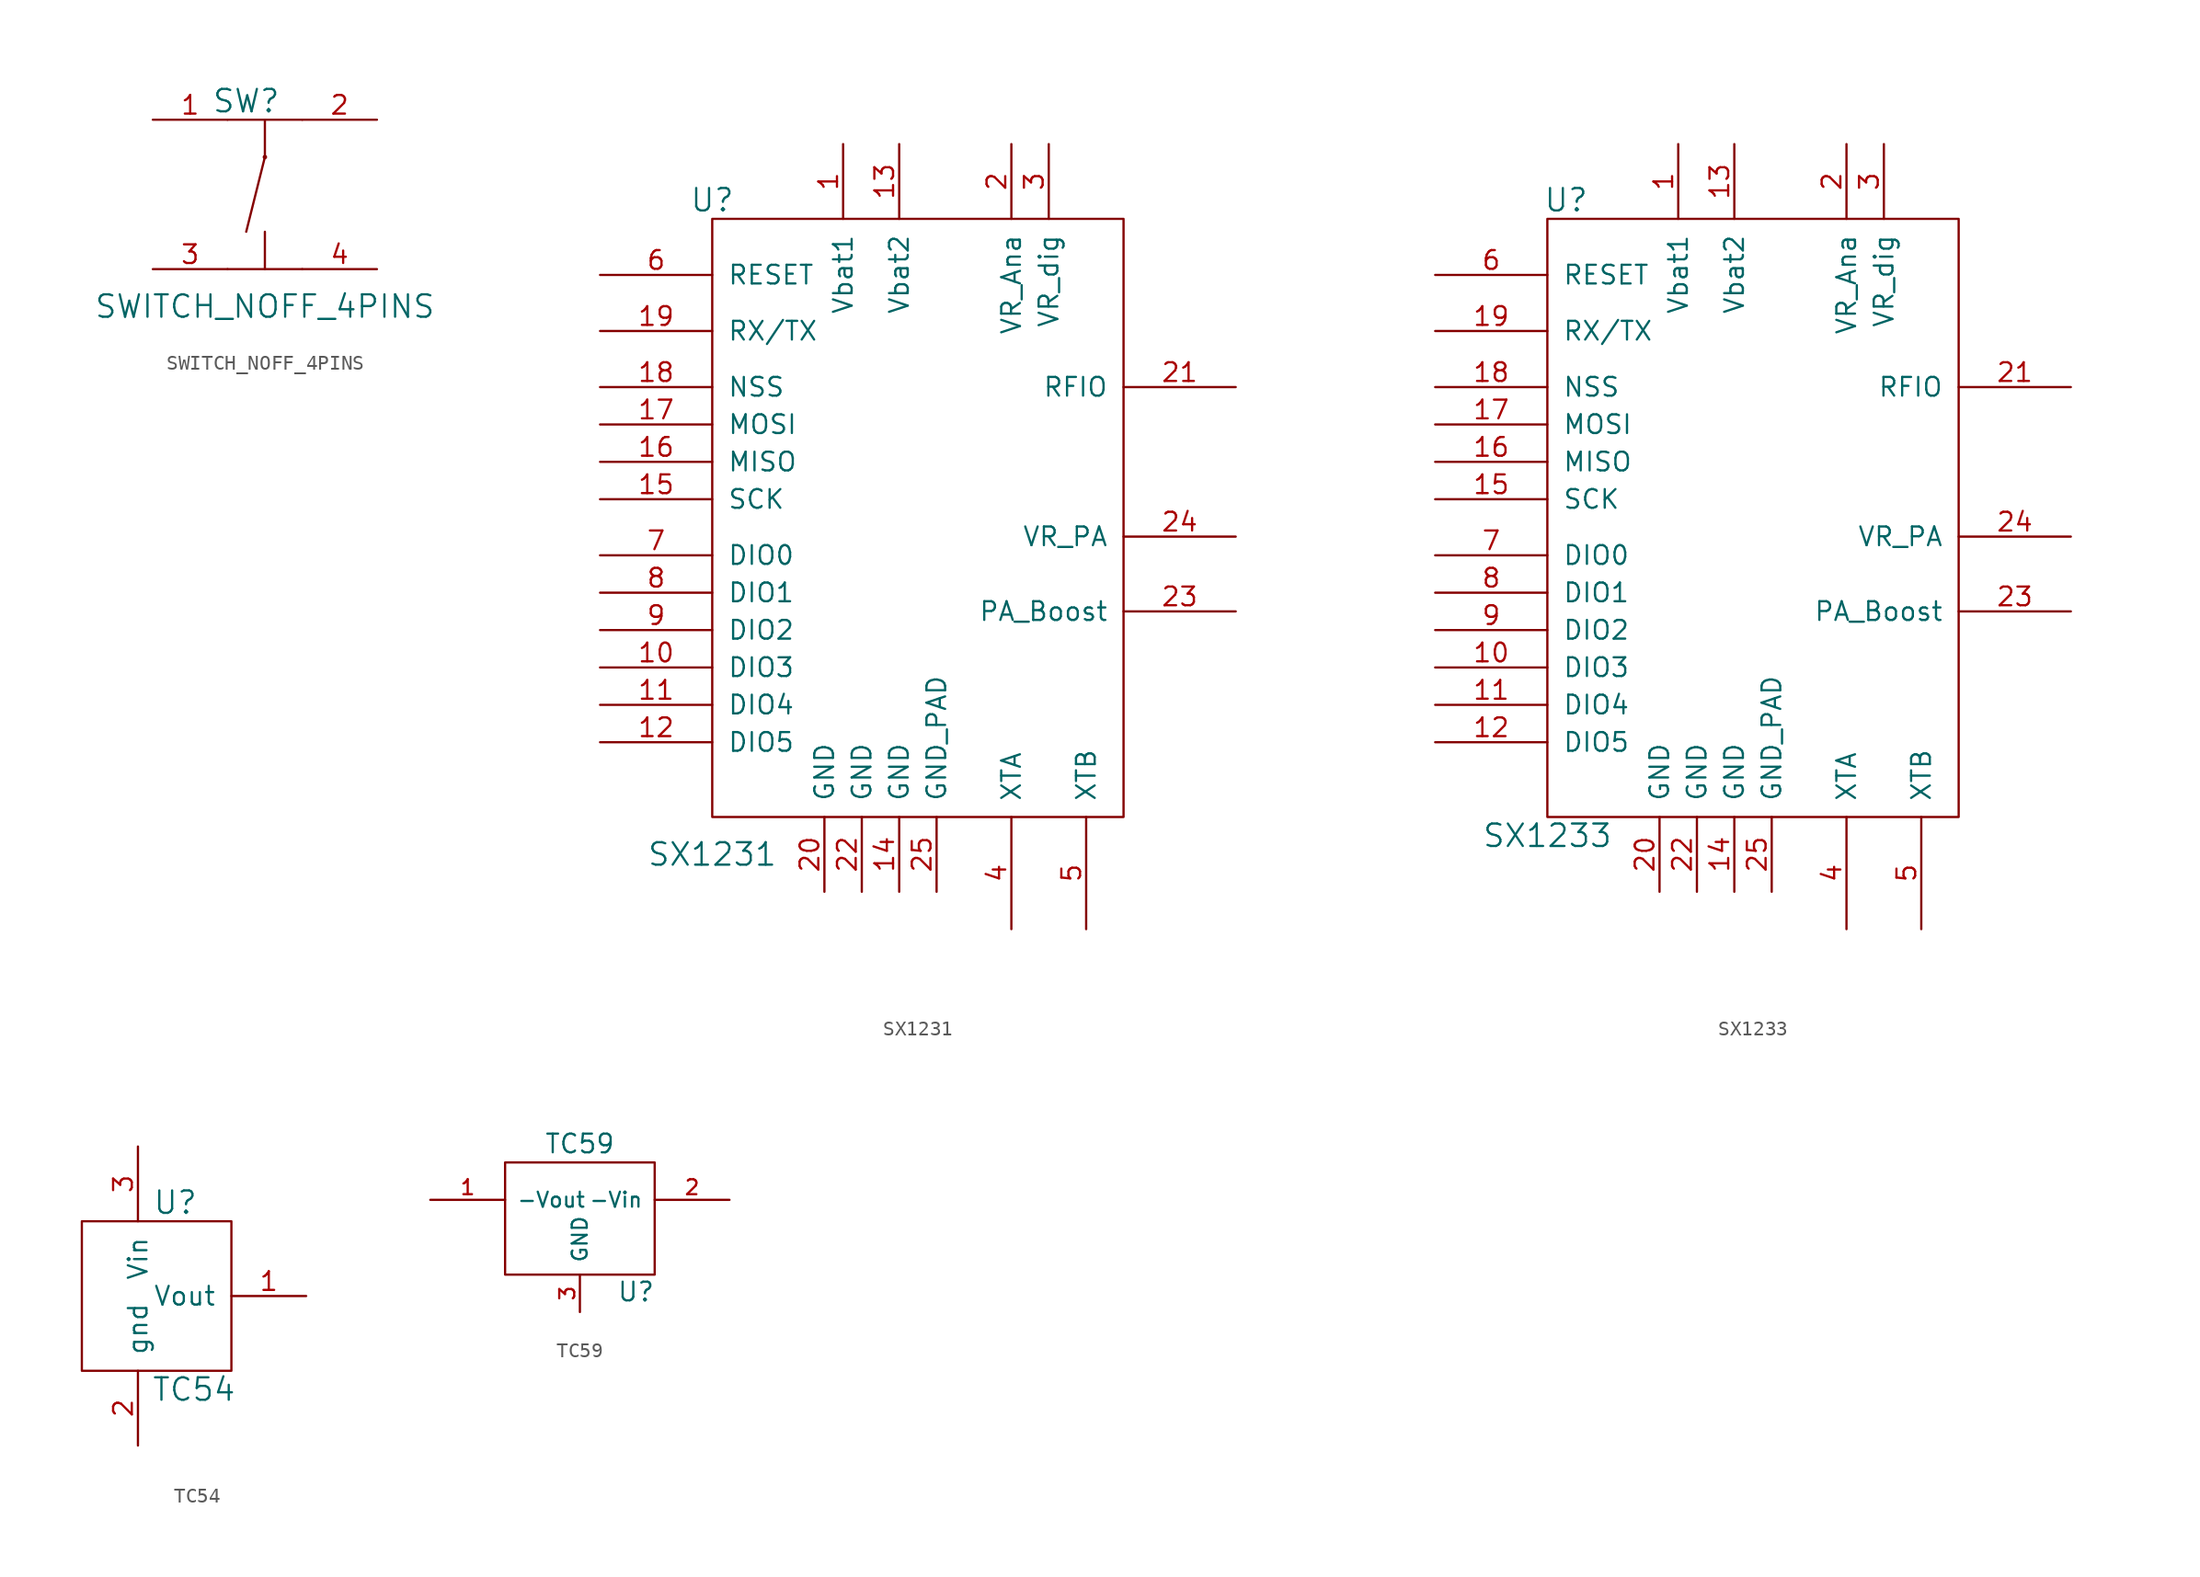
<source format=kicad_sym>
(kicad_symbol_lib
  (version 20211014)
  (generator kicad_symbol_editor)
  (symbol "SWITCH_NOFF_4PINS"
    (pin_names
      (offset 1.016))
    (property "Reference" "SW"
      (at -1.27 6.35 0)
      (effects (font (size 1.524 1.524))))
    (property "Value" "SWITCH_NOFF_4PINS"
      (at 0 -7.62 0)
      (effects (font (size 1.524 1.524))))
    (property "Footprint" ""
      (at 0 0 0)
      (effects (font (size 1.524 1.524))))
    (property "Datasheet" ""
      (at 0 0 0)
      (effects (font (size 1.524 1.524))))
    (symbol "SWITCH_NOFF_4PINS_0_1"
      (polyline (pts (xy -2.54 -5.08) (xy 2.54 -5.08)) (stroke (width 0) (type default) (color 0 0 0 0)) (fill (type none)))
      (polyline (pts (xy -2.54 5.08) (xy 2.54 5.08)) (stroke (width 0) (type default) (color 0 0 0 0)) (fill (type none)))
      (polyline (pts (xy 0 -2.54) (xy 0 -5.08)) (stroke (width 0) (type default) (color 0 0 0 0)) (fill (type none)))
      (polyline (pts (xy 0 2.54) (xy -1.27 -2.54)) (stroke (width 0) (type default) (color 0 0 0 0)) (fill (type none)))
      (polyline (pts (xy 0 2.54) (xy 0 5.08)) (stroke (width 0) (type default) (color 0 0 0 0)) (fill (type none)))
      (circle (center 0 2.54) (radius 0.0001) (stroke (width 0) (type default) (color 0 0 0 0)) (fill (type none))))
    (symbol "SWITCH_NOFF_4PINS_1_1"
      (pin input line (at -7.62 5.08 0) (length 5.08) (name "~" (effects (font (size 1.27 1.27)))) (number "1" (effects (font (size 1.27 1.27)))))
      (pin input line (at 7.62 5.08 180) (length 5.08) (name "~" (effects (font (size 1.27 1.27)))) (number "2" (effects (font (size 1.27 1.27)))))
      (pin input line (at -7.62 -5.08 0) (length 5.08) (name "~" (effects (font (size 1.27 1.27)))) (number "3" (effects (font (size 1.27 1.27)))))
      (pin input line (at 7.62 -5.08 180) (length 5.08) (name "~" (effects (font (size 1.27 1.27)))) (number "4" (effects (font (size 1.27 1.27)))))))
  (symbol "SX1231"
    (pin_names
      (offset 1.016))
    (property "Reference" "U"
      (at -13.97 21.59 0)
      (effects (font (size 1.524 1.524))))
    (property "Value" "SX1231"
      (at -13.97 -22.86 0)
      (effects (font (size 1.524 1.524))))
    (property "Footprint" ""
      (at 2.54 1.27 0)
      (effects (font (size 1.524 1.524))))
    (property "Datasheet" ""
      (at 2.54 1.27 0)
      (effects (font (size 1.524 1.524))))
    (symbol "SX1231_0_1"
      (rectangle (start 13.97 20.32) (end -13.97 -20.32) (stroke (width 0) (type default) (color 0 0 0 0)) (fill (type none))))
    (symbol "SX1231_1_1"
      (pin power_in line (at -5.08 25.4 270) (length 5.08) (name "Vbat1" (effects (font (size 1.27 1.27)))) (number "1" (effects (font (size 1.27 1.27)))))
      (pin bidirectional line (at -21.59 -10.16 0) (length 7.62) (name "DIO3" (effects (font (size 1.27 1.27)))) (number "10" (effects (font (size 1.27 1.27)))))
      (pin bidirectional line (at -21.59 -12.7 0) (length 7.62) (name "DIO4" (effects (font (size 1.27 1.27)))) (number "11" (effects (font (size 1.27 1.27)))))
      (pin bidirectional line (at -21.59 -15.24 0) (length 7.62) (name "DIO5" (effects (font (size 1.27 1.27)))) (number "12" (effects (font (size 1.27 1.27)))))
      (pin power_in line (at -1.27 25.4 270) (length 5.08) (name "Vbat2" (effects (font (size 1.27 1.27)))) (number "13" (effects (font (size 1.27 1.27)))))
      (pin power_out line (at -1.27 -25.4 90) (length 5.08) (name "GND" (effects (font (size 1.27 1.27)))) (number "14" (effects (font (size 1.27 1.27)))))
      (pin output line (at -21.59 1.27 0) (length 7.62) (name "SCK" (effects (font (size 1.27 1.27)))) (number "15" (effects (font (size 1.27 1.27)))))
      (pin output line (at -21.59 3.81 0) (length 7.62) (name "MISO" (effects (font (size 1.27 1.27)))) (number "16" (effects (font (size 1.27 1.27)))))
      (pin input line (at -21.59 6.35 0) (length 7.62) (name "MOSI" (effects (font (size 1.27 1.27)))) (number "17" (effects (font (size 1.27 1.27)))))
      (pin input line (at -21.59 8.89 0) (length 7.62) (name "NSS" (effects (font (size 1.27 1.27)))) (number "18" (effects (font (size 1.27 1.27)))))
      (pin input line (at -21.59 12.7 0) (length 7.62) (name "RX/TX" (effects (font (size 1.27 1.27)))) (number "19" (effects (font (size 1.27 1.27)))))
      (pin power_in line (at 6.35 25.4 270) (length 5.08) (name "VR_Ana" (effects (font (size 1.27 1.27)))) (number "2" (effects (font (size 1.27 1.27)))))
      (pin power_out line (at -6.35 -25.4 90) (length 5.08) (name "GND" (effects (font (size 1.27 1.27)))) (number "20" (effects (font (size 1.27 1.27)))))
      (pin bidirectional line (at 21.59 8.89 180) (length 7.62) (name "RFIO" (effects (font (size 1.27 1.27)))) (number "21" (effects (font (size 1.27 1.27)))))
      (pin power_out line (at -3.81 -25.4 90) (length 5.08) (name "GND" (effects (font (size 1.27 1.27)))) (number "22" (effects (font (size 1.27 1.27)))))
      (pin output line (at 21.59 -6.35 180) (length 7.62) (name "PA_Boost" (effects (font (size 1.27 1.27)))) (number "23" (effects (font (size 1.27 1.27)))))
      (pin input line (at 21.59 -1.27 180) (length 7.62) (name "VR_PA" (effects (font (size 1.27 1.27)))) (number "24" (effects (font (size 1.27 1.27)))))
      (pin power_out line (at 1.27 -25.4 90) (length 5.08) (name "GND_PAD" (effects (font (size 1.27 1.27)))) (number "25" (effects (font (size 1.27 1.27)))))
      (pin power_in line (at 8.89 25.4 270) (length 5.08) (name "VR_dig" (effects (font (size 1.27 1.27)))) (number "3" (effects (font (size 1.27 1.27)))))
      (pin input line (at 6.35 -27.94 90) (length 7.62) (name "XTA" (effects (font (size 1.27 1.27)))) (number "4" (effects (font (size 1.27 1.27)))))
      (pin input line (at 11.43 -27.94 90) (length 7.62) (name "XTB" (effects (font (size 1.27 1.27)))) (number "5" (effects (font (size 1.27 1.27)))))
      (pin bidirectional line (at -21.59 16.51 0) (length 7.62) (name "RESET" (effects (font (size 1.27 1.27)))) (number "6" (effects (font (size 1.27 1.27)))))
      (pin bidirectional line (at -21.59 -2.54 0) (length 7.62) (name "DIO0" (effects (font (size 1.27 1.27)))) (number "7" (effects (font (size 1.27 1.27)))))
      (pin bidirectional line (at -21.59 -5.08 0) (length 7.62) (name "DIO1" (effects (font (size 1.27 1.27)))) (number "8" (effects (font (size 1.27 1.27)))))
      (pin bidirectional line (at -21.59 -7.62 0) (length 7.62) (name "DIO2" (effects (font (size 1.27 1.27)))) (number "9" (effects (font (size 1.27 1.27)))))))
  (symbol "SX1233"
    (pin_names
      (offset 1.016))
    (property "Reference" "U"
      (at -12.7 21.59 0)
      (effects (font (size 1.524 1.524))))
    (property "Value" "SX1233"
      (at -13.97 -21.59 0)
      (effects (font (size 1.524 1.524))))
    (property "Footprint" ""
      (at 0 0 0)
      (effects (font (size 1.524 1.524))))
    (property "Datasheet" ""
      (at 0 0 0)
      (effects (font (size 1.524 1.524))))
    (symbol "SX1233_0_1"
      (rectangle (start 13.97 20.32) (end -13.97 -20.32) (stroke (width 0) (type default) (color 0 0 0 0)) (fill (type none))))
    (symbol "SX1233_1_1"
      (pin power_in line (at -5.08 25.4 270) (length 5.08) (name "Vbat1" (effects (font (size 1.27 1.27)))) (number "1" (effects (font (size 1.27 1.27)))))
      (pin bidirectional line (at -21.59 -10.16 0) (length 7.62) (name "DIO3" (effects (font (size 1.27 1.27)))) (number "10" (effects (font (size 1.27 1.27)))))
      (pin bidirectional line (at -21.59 -12.7 0) (length 7.62) (name "DIO4" (effects (font (size 1.27 1.27)))) (number "11" (effects (font (size 1.27 1.27)))))
      (pin bidirectional line (at -21.59 -15.24 0) (length 7.62) (name "DIO5" (effects (font (size 1.27 1.27)))) (number "12" (effects (font (size 1.27 1.27)))))
      (pin power_in line (at -1.27 25.4 270) (length 5.08) (name "Vbat2" (effects (font (size 1.27 1.27)))) (number "13" (effects (font (size 1.27 1.27)))))
      (pin power_out line (at -1.27 -25.4 90) (length 5.08) (name "GND" (effects (font (size 1.27 1.27)))) (number "14" (effects (font (size 1.27 1.27)))))
      (pin output line (at -21.59 1.27 0) (length 7.62) (name "SCK" (effects (font (size 1.27 1.27)))) (number "15" (effects (font (size 1.27 1.27)))))
      (pin output line (at -21.59 3.81 0) (length 7.62) (name "MISO" (effects (font (size 1.27 1.27)))) (number "16" (effects (font (size 1.27 1.27)))))
      (pin input line (at -21.59 6.35 0) (length 7.62) (name "MOSI" (effects (font (size 1.27 1.27)))) (number "17" (effects (font (size 1.27 1.27)))))
      (pin input line (at -21.59 8.89 0) (length 7.62) (name "NSS" (effects (font (size 1.27 1.27)))) (number "18" (effects (font (size 1.27 1.27)))))
      (pin input line (at -21.59 12.7 0) (length 7.62) (name "RX/TX" (effects (font (size 1.27 1.27)))) (number "19" (effects (font (size 1.27 1.27)))))
      (pin power_in line (at 6.35 25.4 270) (length 5.08) (name "VR_Ana" (effects (font (size 1.27 1.27)))) (number "2" (effects (font (size 1.27 1.27)))))
      (pin power_out line (at -6.35 -25.4 90) (length 5.08) (name "GND" (effects (font (size 1.27 1.27)))) (number "20" (effects (font (size 1.27 1.27)))))
      (pin bidirectional line (at 21.59 8.89 180) (length 7.62) (name "RFIO" (effects (font (size 1.27 1.27)))) (number "21" (effects (font (size 1.27 1.27)))))
      (pin power_out line (at -3.81 -25.4 90) (length 5.08) (name "GND" (effects (font (size 1.27 1.27)))) (number "22" (effects (font (size 1.27 1.27)))))
      (pin output line (at 21.59 -6.35 180) (length 7.62) (name "PA_Boost" (effects (font (size 1.27 1.27)))) (number "23" (effects (font (size 1.27 1.27)))))
      (pin input line (at 21.59 -1.27 180) (length 7.62) (name "VR_PA" (effects (font (size 1.27 1.27)))) (number "24" (effects (font (size 1.27 1.27)))))
      (pin power_out line (at 1.27 -25.4 90) (length 5.08) (name "GND_PAD" (effects (font (size 1.27 1.27)))) (number "25" (effects (font (size 1.27 1.27)))))
      (pin power_in line (at 8.89 25.4 270) (length 5.08) (name "VR_dig" (effects (font (size 1.27 1.27)))) (number "3" (effects (font (size 1.27 1.27)))))
      (pin input line (at 6.35 -27.94 90) (length 7.62) (name "XTA" (effects (font (size 1.27 1.27)))) (number "4" (effects (font (size 1.27 1.27)))))
      (pin input line (at 11.43 -27.94 90) (length 7.62) (name "XTB" (effects (font (size 1.27 1.27)))) (number "5" (effects (font (size 1.27 1.27)))))
      (pin bidirectional line (at -21.59 16.51 0) (length 7.62) (name "RESET" (effects (font (size 1.27 1.27)))) (number "6" (effects (font (size 1.27 1.27)))))
      (pin bidirectional line (at -21.59 -2.54 0) (length 7.62) (name "DIO0" (effects (font (size 1.27 1.27)))) (number "7" (effects (font (size 1.27 1.27)))))
      (pin bidirectional line (at -21.59 -5.08 0) (length 7.62) (name "DIO1" (effects (font (size 1.27 1.27)))) (number "8" (effects (font (size 1.27 1.27)))))
      (pin bidirectional line (at -21.59 -7.62 0) (length 7.62) (name "DIO2" (effects (font (size 1.27 1.27)))) (number "9" (effects (font (size 1.27 1.27)))))))
  (symbol "TC54"
    (pin_names
      (offset 1.016))
    (property "Reference" "U"
      (at 0 6.35 0)
      (effects (font (size 1.524 1.524))))
    (property "Value" "TC54"
      (at 1.27 -6.35 0)
      (effects (font (size 1.524 1.524))))
    (property "Footprint" ""
      (at 0 0 0)
      (effects (font (size 1.524 1.524))))
    (property "Datasheet" ""
      (at 0 0 0)
      (effects (font (size 1.524 1.524))))
    (symbol "TC54_0_1"
      (rectangle (start 3.81 5.08) (end -6.35 -5.08) (stroke (width 0) (type default) (color 0 0 0 0)) (fill (type none))))
    (symbol "TC54_1_1"
      (pin input line (at 8.89 0 180) (length 5.08) (name "Vout" (effects (font (size 1.27 1.27)))) (number "1" (effects (font (size 1.27 1.27)))))
      (pin input line (at -2.54 -10.16 90) (length 5.08) (name "gnd" (effects (font (size 1.27 1.27)))) (number "2" (effects (font (size 1.27 1.27)))))
      (pin input line (at -2.54 10.16 270) (length 5.08) (name "Vin" (effects (font (size 1.27 1.27)))) (number "3" (effects (font (size 1.27 1.27)))))))
  (symbol "TC59"
    (pin_names
      (offset 0.762))
    (property "Reference" "U"
      (at 3.81 -4.978 0)
      (effects (font (size 1.27 1.27))))
    (property "Value" "TC59"
      (at 0 5.08 0)
      (effects (font (size 1.27 1.27))))
    (symbol "TC59_0_1"
      (rectangle (start -5.08 -3.81) (end 5.08 3.81) (stroke (width 0) (type default) (color 0 0 0 0)) (fill (type none))))
    (symbol "TC59_1_1"
      (pin input line (at -10.16 1.27 0) (length 5.08) (name "-Vout" (effects (font (size 1.016 1.016)))) (number "1" (effects (font (size 1.016 1.016)))))
      (pin power_out line (at 10.16 1.27 180) (length 5.08) (name "-Vin" (effects (font (size 1.016 1.016)))) (number "2" (effects (font (size 1.016 1.016)))))
      (pin input line (at 0 -6.35 90) (length 2.54) (name "GND" (effects (font (size 1.016 1.016)))) (number "3" (effects (font (size 1.016 1.016))))))))
</source>
